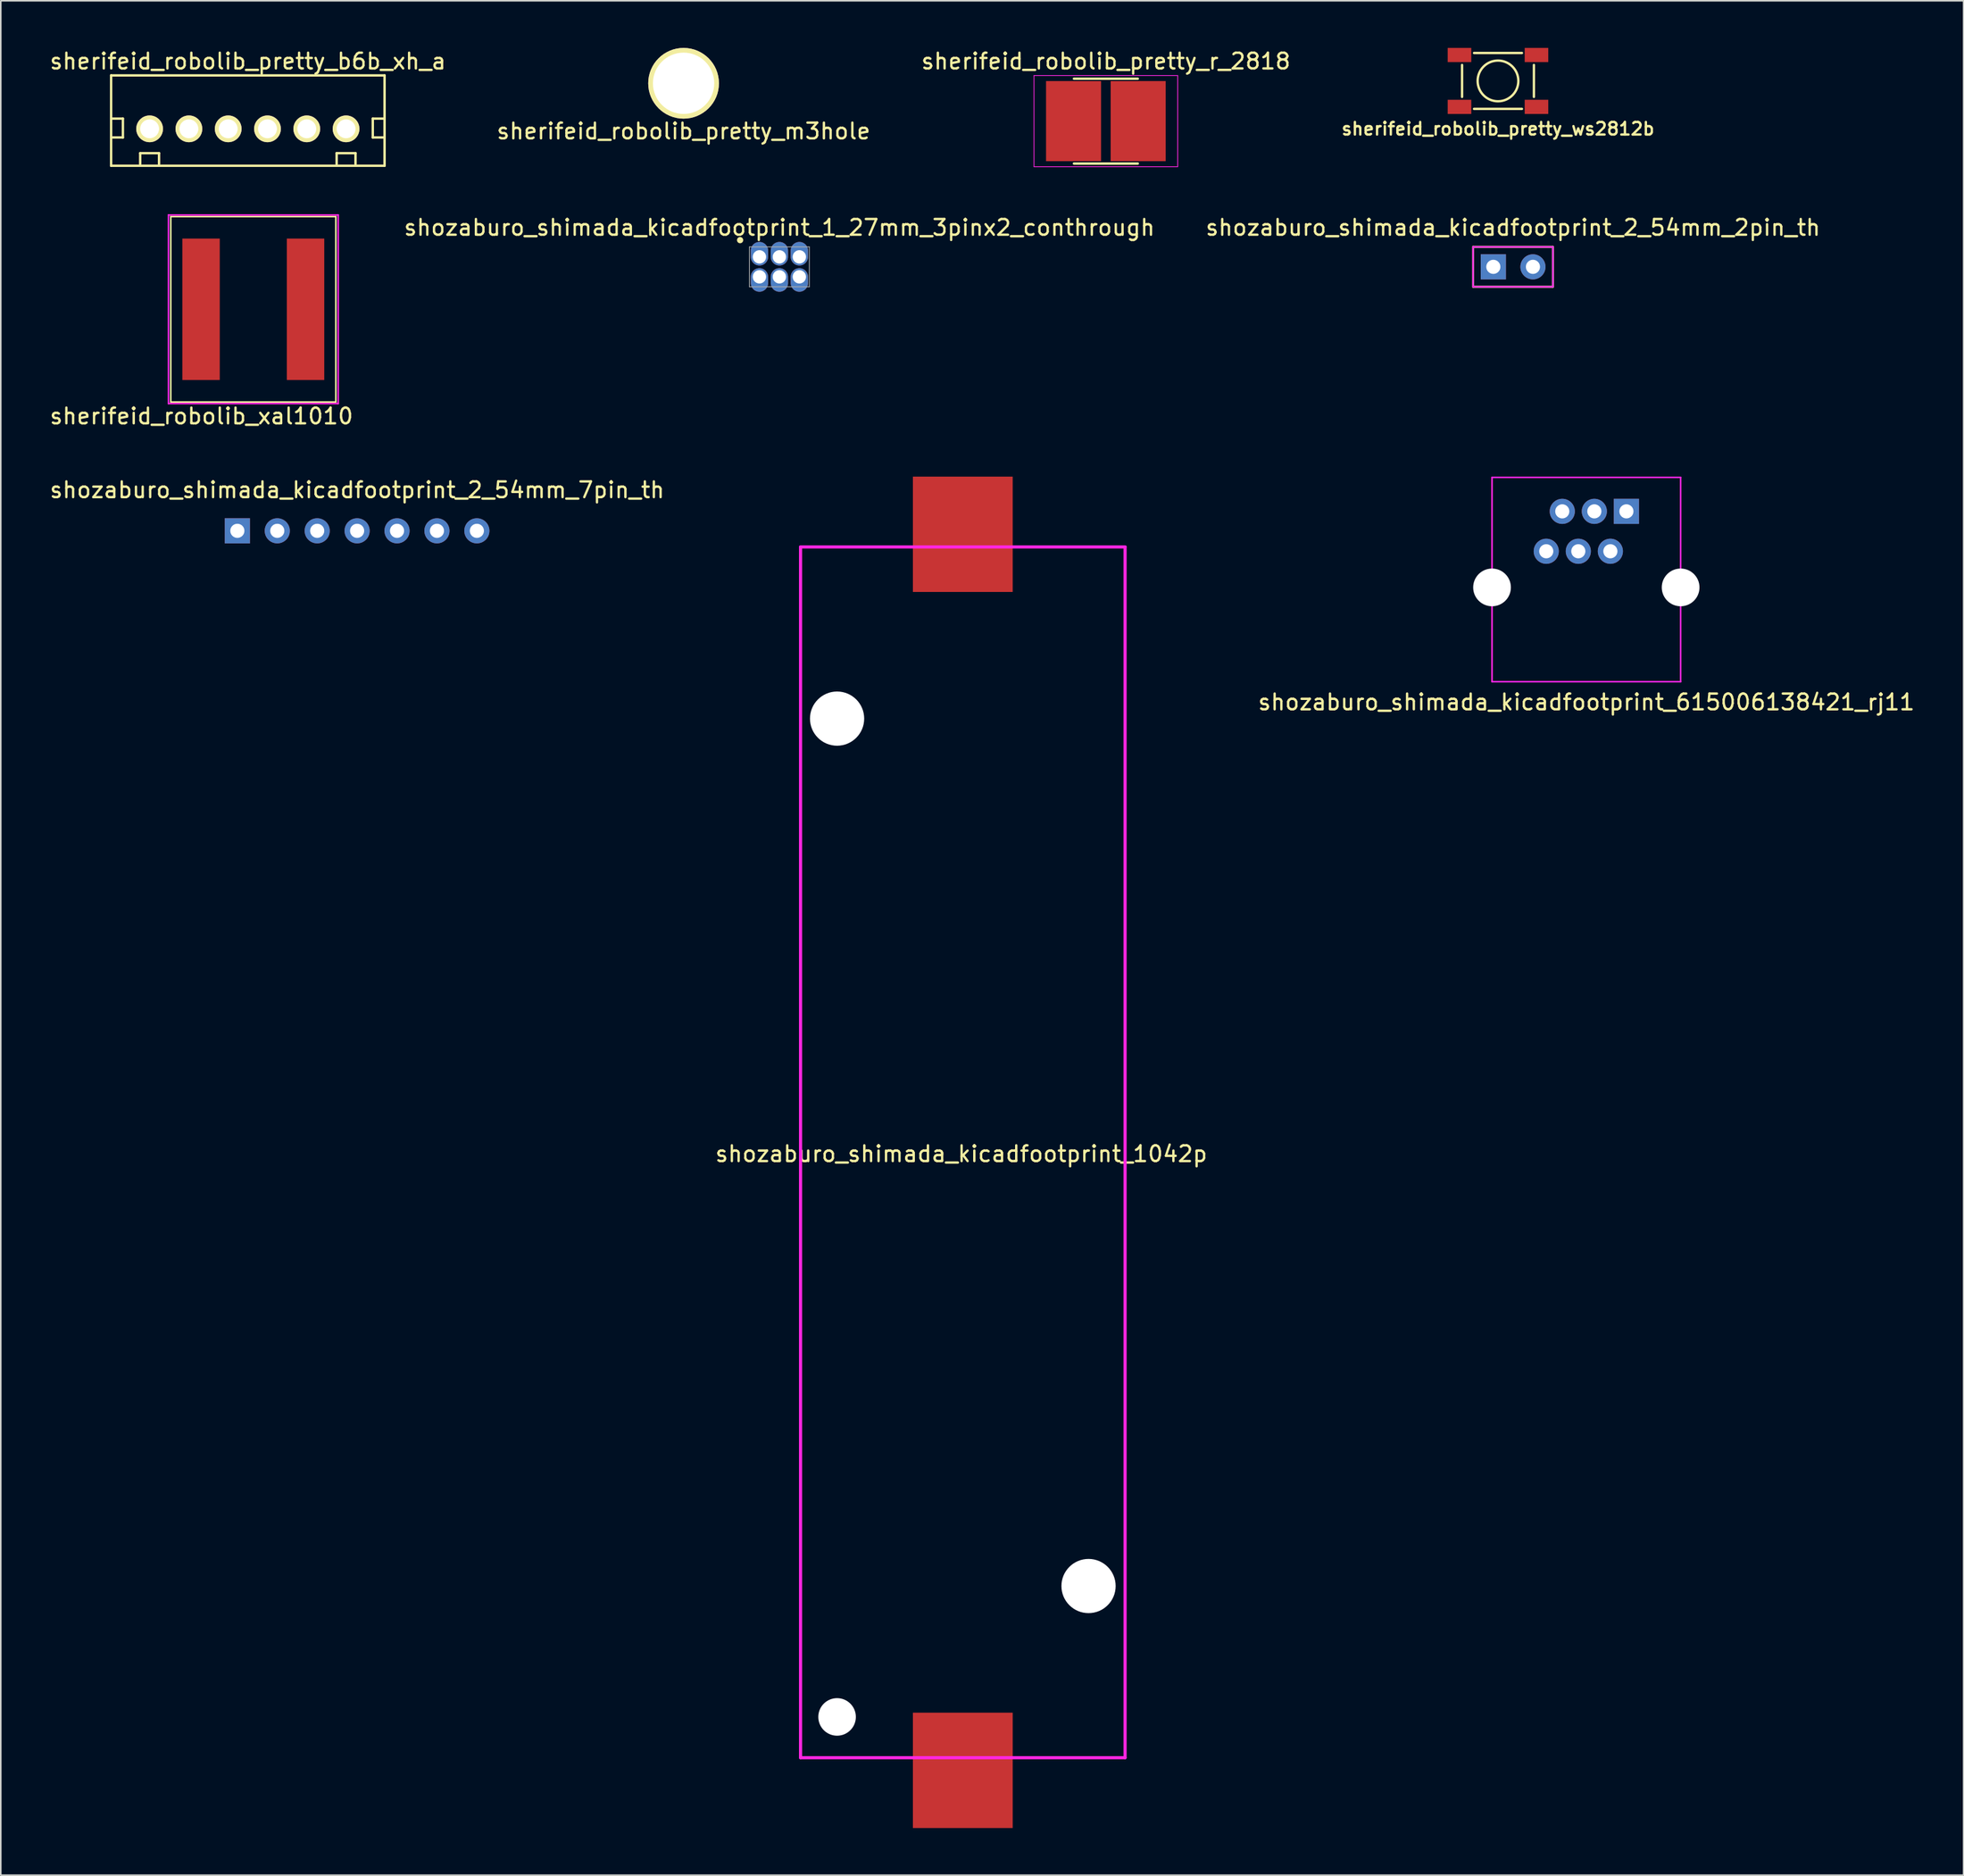
<source format=kicad_pcb>
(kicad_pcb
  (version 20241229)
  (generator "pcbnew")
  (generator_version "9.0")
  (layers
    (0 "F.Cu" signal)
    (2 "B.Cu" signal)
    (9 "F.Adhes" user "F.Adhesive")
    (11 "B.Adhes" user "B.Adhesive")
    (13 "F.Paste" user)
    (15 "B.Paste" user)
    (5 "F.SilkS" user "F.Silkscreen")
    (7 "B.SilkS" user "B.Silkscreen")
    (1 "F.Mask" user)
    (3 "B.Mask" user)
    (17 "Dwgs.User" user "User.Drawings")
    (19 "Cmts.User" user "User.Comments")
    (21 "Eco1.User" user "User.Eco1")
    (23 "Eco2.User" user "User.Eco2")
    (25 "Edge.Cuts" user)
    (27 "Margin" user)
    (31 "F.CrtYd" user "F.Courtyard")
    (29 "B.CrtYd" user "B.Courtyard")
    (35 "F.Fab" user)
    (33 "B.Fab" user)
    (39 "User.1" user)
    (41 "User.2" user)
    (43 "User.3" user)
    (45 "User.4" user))
  (footprint "sherifeid_robolib_xal1010"
    (layer "F.Cu")
    (at 13.068 16.633)
    (property "Reference" "sherifeid_robolib_xal1010" (at -3.3 6.8 0) (layer "F.SilkS") (effects (font (size 1 1) (thickness 0.15))))
    (attr through_hole)
    (fp_line (start -5.25 -5.9) (end -5.25 5.9) (stroke (width 0.1) (type solid)) (layer "F.SilkS"))
    (fp_line (start -5.25 -5.9) (end 5.25 -5.9) (stroke (width 0.1) (type solid)) (layer "F.SilkS"))
    (fp_line (start -5.25 5.9) (end 5.25 5.9) (stroke (width 0.1) (type solid)) (layer "F.SilkS"))
    (fp_line (start 5.25 -5.9) (end 5.25 5.9) (stroke (width 0.1) (type solid)) (layer "F.SilkS"))
    (fp_line (start -5.4 -6) (end 5.4 -6) (stroke (width 0.1) (type solid)) (layer "F.CrtYd"))
    (fp_line (start -5.4 6) (end -5.4 -6) (stroke (width 0.1) (type solid)) (layer "F.CrtYd"))
    (fp_line (start 5.4 -6) (end 5.4 6) (stroke (width 0.1) (type solid)) (layer "F.CrtYd"))
    (fp_line (start 5.4 6) (end -5.4 6) (stroke (width 0.1) (type solid)) (layer "F.CrtYd"))
    (pad "1" smd rect (at -3.325 0) (size 2.38 9) (layers "F.Cu" "F.Mask" "F.Paste"))
    (pad "2" smd rect (at 3.325 0) (size 2.38 9) (layers "F.Cu" "F.Mask" "F.Paste")))
  (footprint "shozaburo_shimada_kicadfootprint_615006138421_rj11"
    (layer "F.Cu")
    (at 97.887 34.331)
    (property "Reference" "shozaburo_shimada_kicadfootprint_615006138421_rj11" (at 0 7.3 0) (layer "F.SilkS") (effects (font (size 1 1) (thickness 0.15))))
    (attr through_hole)
    (fp_line (start -6 -7) (end 6 -7) (stroke (width 0.1) (type solid)) (layer "F.CrtYd"))
    (fp_line (start -6 6) (end -6 -7) (stroke (width 0.1) (type solid)) (layer "F.CrtYd"))
    (fp_line (start -6 6) (end 6 6) (stroke (width 0.1) (type solid)) (layer "F.CrtYd"))
    (fp_line (start 6 -7) (end 6 6) (stroke (width 0.1) (type solid)) (layer "F.CrtYd"))
    (pad "" np_thru_hole circle (at -6 0) (size 2.4 2.4) (drill 2.4) (layers "*.Cu" "*.Mask"))
    (pad "" np_thru_hole circle (at 6 0) (size 2.4 2.4) (drill 2.4) (layers "*.Cu" "*.Mask"))
    (pad "1" thru_hole rect (at 2.55 -4.84) (size 1.6 1.6) (drill 0.9) (layers "*.Cu" "*.Mask"))
    (pad "2" thru_hole circle (at 1.53 -2.3) (size 1.6 1.6) (drill 0.9) (layers "*.Cu" "*.Mask"))
    (pad "3" thru_hole circle (at 0.51 -4.84) (size 1.6 1.6) (drill 0.9) (layers "*.Cu" "*.Mask"))
    (pad "4" thru_hole circle (at -0.51 -2.3) (size 1.6 1.6) (drill 0.9) (layers "*.Cu" "*.Mask"))
    (pad "5" thru_hole circle (at -1.53 -4.84) (size 1.6 1.6) (drill 0.9) (layers "*.Cu" "*.Mask"))
    (pad "6" thru_hole circle (at -2.55 -2.3) (size 1.6 1.6) (drill 0.9) (layers "*.Cu" "*.Mask")))
  (footprint "sherifeid_robolib_pretty_b6b_xh_a"
    (layer "F.Cu")
    (at 12.72 5.148)
    (property "Reference" "sherifeid_robolib_pretty_b6b_xh_a" (at 0 -4.3 0) (layer "F.SilkS") (effects (font (size 1 1) (thickness 0.15))))
    (attr through_hole)
    (fp_line (start -8.7 -3.4) (end -8.7 2.35) (stroke (width 0.152) (type solid)) (layer "F.SilkS"))
    (fp_line (start -8.7 -3.4) (end 8.7 -3.4) (stroke (width 0.152) (type solid)) (layer "F.SilkS"))
    (fp_line (start -8.7 2.35) (end 8.7 2.35) (stroke (width 0.152) (type solid)) (layer "F.SilkS"))
    (fp_line (start -8.65 0.55) (end -7.95 0.55) (stroke (width 0.152) (type solid)) (layer "F.SilkS"))
    (fp_line (start -7.95 -0.65) (end -8.65 -0.65) (stroke (width 0.152) (type solid)) (layer "F.SilkS"))
    (fp_line (start -7.95 0.55) (end -7.95 -0.65) (stroke (width 0.152) (type solid)) (layer "F.SilkS"))
    (fp_line (start -6.85 1.55) (end -6.85 2.25) (stroke (width 0.152) (type solid)) (layer "F.SilkS"))
    (fp_line (start -5.65 1.55) (end -6.85 1.55) (stroke (width 0.152) (type solid)) (layer "F.SilkS"))
    (fp_line (start -5.65 2.25) (end -5.65 1.55) (stroke (width 0.152) (type solid)) (layer "F.SilkS"))
    (fp_line (start 5.65 1.55) (end 5.65 2.25) (stroke (width 0.152) (type solid)) (layer "F.SilkS"))
    (fp_line (start 6.85 1.55) (end 5.65 1.55) (stroke (width 0.152) (type solid)) (layer "F.SilkS"))
    (fp_line (start 6.85 2.25) (end 6.85 1.55) (stroke (width 0.152) (type solid)) (layer "F.SilkS"))
    (fp_line (start 7.95 -0.65) (end 8.65 -0.65) (stroke (width 0.152) (type solid)) (layer "F.SilkS"))
    (fp_line (start 7.95 0.55) (end 7.95 -0.65) (stroke (width 0.152) (type solid)) (layer "F.SilkS"))
    (fp_line (start 8.65 0.55) (end 7.95 0.55) (stroke (width 0.152) (type solid)) (layer "F.SilkS"))
    (fp_line (start 8.7 -3.4) (end 8.7 2.35) (stroke (width 0.152) (type solid)) (layer "F.SilkS"))
    (pad "1" thru_hole circle (at -6.25 0) (size 1.7 1.7) (drill 1.2) (layers "*.Cu" "*.Mask" "F.SilkS"))
    (pad "2" thru_hole circle (at -3.75 0) (size 1.7 1.7) (drill 1.2) (layers "*.Cu" "*.Mask" "F.SilkS"))
    (pad "3" thru_hole circle (at -1.25 0) (size 1.7 1.7) (drill 1.2) (layers "*.Cu" "*.Mask" "F.SilkS"))
    (pad "4" thru_hole circle (at 1.25 0) (size 1.7 1.7) (drill 1.2) (layers "*.Cu" "*.Mask" "F.SilkS"))
    (pad "5" thru_hole circle (at 3.75 0) (size 1.7 1.7) (drill 1.2) (layers "*.Cu" "*.Mask" "F.SilkS"))
    (pad "6" thru_hole circle (at 6.25 0) (size 1.7 1.7) (drill 1.2) (layers "*.Cu" "*.Mask" "F.SilkS")))
  (footprint "sherifeid_robolib_pretty_ws2812b"
    (layer "F.Cu")
    (at 92.266 2.1)
    (property "Reference" "sherifeid_robolib_pretty_ws2812b" (at 0 3.048 0) (layer "F.SilkS") (effects (font (size 0.8 0.8) (thickness 0.15))))
    (attr through_hole)
    (fp_line (start -2.286 -1.016) (end -2.286 1.016) (stroke (width 0.15) (type solid)) (layer "F.SilkS"))
    (fp_line (start -1.524 1.778) (end 1.524 1.778) (stroke (width 0.15) (type solid)) (layer "F.SilkS"))
    (fp_line (start 1.524 -1.778) (end -1.524 -1.778) (stroke (width 0.15) (type solid)) (layer "F.SilkS"))
    (fp_line (start 2.286 -1.016) (end 2.286 1.016) (stroke (width 0.15) (type solid)) (layer "F.SilkS"))
    (fp_circle (center 0 0) (end 1.27 -0.254) (stroke (width 0.15) (type solid)) (fill no) (layer "F.SilkS"))
    (pad "1" smd rect (at -2.45 -1.65) (size 1.5 0.9) (layers "F.Cu" "F.Mask" "F.Paste"))
    (pad "2" smd rect (at -2.45 1.65) (size 1.5 0.9) (layers "F.Cu" "F.Mask" "F.Paste"))
    (pad "3" smd rect (at 2.45 1.65) (size 1.5 0.9) (layers "F.Cu" "F.Mask" "F.Paste"))
    (pad "4" smd rect (at 2.45 -1.65) (size 1.5 0.9) (layers "F.Cu" "F.Mask" "F.Paste")))
  (footprint "sherifeid_robolib_pretty_m3hole"
    (layer "F.Cu")
    (at 40.446 2.25)
    (property "Reference" "sherifeid_robolib_pretty_m3hole" (at 0 3.048 0) (layer "F.SilkS") (effects (font (size 1 1) (thickness 0.15))))
    (attr through_hole)
    (pad "1" thru_hole circle (at 0 0) (size 4.5 4.5) (drill 3.9) (layers "*.Cu" "*.Mask" "F.SilkS")))
  (footprint "sherifeid_robolib_pretty_r_2818"
    (layer "F.Cu")
    (at 67.315 4.658)
    (property "Reference" "sherifeid_robolib_pretty_r_2818" (at 0 -3.81 0) (layer "F.SilkS") (effects (font (size 1 1) (thickness 0.15))))
    (attr smd)
    (fp_line (start -2.032 -2.7) (end 2.032 -2.7) (stroke (width 0.15) (type solid)) (layer "F.SilkS"))
    (fp_line (start -2.032 2.7) (end 2.032 2.7) (stroke (width 0.15) (type solid)) (layer "F.SilkS"))
    (fp_line (start -4.572 -2.9) (end 4.572 -2.9) (stroke (width 0.05) (type solid)) (layer "F.CrtYd"))
    (fp_line (start -4.572 2.9) (end -4.572 -2.9) (stroke (width 0.05) (type solid)) (layer "F.CrtYd"))
    (fp_line (start 4.572 -2.9) (end 4.572 2.9) (stroke (width 0.05) (type solid)) (layer "F.CrtYd"))
    (fp_line (start 4.572 2.9) (end -4.572 2.9) (stroke (width 0.05) (type solid)) (layer "F.CrtYd"))
    (pad "1" smd rect (at -2.055 0) (size 3.5 5.1) (layers "F.Cu" "F.Mask" "F.Paste"))
    (pad "2" smd rect (at 2.055 0) (size 3.5 5.1) (layers "F.Cu" "F.Mask" "F.Paste")))
  (footprint "shozaburo_shimada_kicadfootprint_1042p"
    (layer "F.Cu")
    (at 58.213 70.281)
    (property "Reference" "shozaburo_shimada_kicadfootprint_1042p" (at -0.1 0.1 0) (layer "F.SilkS") (effects (font (size 1 1) (thickness 0.15))))
    (attr smd)
    (fp_line (start -10.325 -38.525) (end 10.325 -38.525) (stroke (width 0.2) (type solid)) (layer "F.CrtYd"))
    (fp_line (start -10.325 38.525) (end -10.325 -38.525) (stroke (width 0.2) (type solid)) (layer "F.CrtYd"))
    (fp_line (start 10.325 -38.525) (end 10.325 38.525) (stroke (width 0.2) (type solid)) (layer "F.CrtYd"))
    (fp_line (start 10.325 38.525) (end -10.325 38.525) (stroke (width 0.2) (type solid)) (layer "F.CrtYd"))
    (pad "" np_thru_hole circle (at -8 -27.6) (size 3.45 3.45) (drill 3.45) (layers "*.Cu" "*.Mask"))
    (pad "" np_thru_hole circle (at -8 35.93) (size 2.39 2.39) (drill 2.39) (layers "*.Cu" "*.Mask"))
    (pad "" np_thru_hole circle (at 8 27.6) (size 3.45 3.45) (drill 3.45) (layers "*.Cu" "*.Mask"))
    (pad "1" smd rect (at 0 39.33) (size 6.35 7.34) (layers "F.Cu" "F.Mask" "F.Paste"))
    (pad "2" smd rect (at 0 -39.33) (size 6.35 7.34) (layers "F.Cu" "F.Mask" "F.Paste")))
  (footprint "shozaburo_shimada_kicadfootprint_1_27mm_3pinx2_conthrough"
    (layer "F.Cu")
    (at 46.542 13.931)
    (property "Reference" "shozaburo_shimada_kicadfootprint_1_27mm_3pinx2_conthrough" (at 0 -2.5 0) (layer "F.SilkS") (effects (font (size 1 1) (thickness 0.15))))
    (attr through_hole)
    (fp_circle (center -2.5 -1.7) (end -2.5 -1.8) (stroke (width 0.2) (type solid)) (fill no) (layer "F.SilkS"))
    (fp_line (start -1.905 -1.27) (end 1.905 -1.27) (stroke (width 0.05) (type solid)) (layer "F.Fab"))
    (fp_line (start -1.905 1.27) (end -1.905 -1.27) (stroke (width 0.05) (type solid)) (layer "F.Fab"))
    (fp_line (start 1.905 -1.27) (end 1.905 1.27) (stroke (width 0.05) (type solid)) (layer "F.Fab"))
    (fp_line (start 1.905 1.27) (end -1.905 1.27) (stroke (width 0.05) (type solid)) (layer "F.Fab"))
    (pad "1" thru_hole oval (at -1.27 -0.635) (size 1.1 1.5) (drill 0.85 (offset 0 -0.2)) (layers "*.Cu" "*.Mask"))
    (pad "2" thru_hole oval (at -1.27 0.635) (size 1.1 1.5) (drill 0.85 (offset 0 0.2)) (layers "*.Cu" "*.Mask"))
    (pad "3" thru_hole oval (at 0 -0.635) (size 1.1 1.5) (drill 0.85 (offset 0 -0.2)) (layers "*.Cu" "*.Mask"))
    (pad "4" thru_hole oval (at 0 0.635) (size 1.1 1.5) (drill 0.85 (offset 0 0.2)) (layers "*.Cu" "*.Mask"))
    (pad "5" thru_hole oval (at 1.27 -0.635) (size 1.1 1.5) (drill 0.85 (offset 0 -0.2)) (layers "*.Cu" "*.Mask"))
    (pad "6" thru_hole oval (at 1.27 0.635) (size 1.1 1.5) (drill 0.85 (offset 0 0.2)) (layers "*.Cu" "*.Mask")))
  (footprint "shozaburo_shimada_kicadfootprint_2_54mm_7pin_th"
    (layer "F.Cu")
    (at 19.673 30.73)
    (property "Reference" "shozaburo_shimada_kicadfootprint_2_54mm_7pin_th" (at 0 -2.6 0) (layer "F.SilkS") (effects (font (size 1 1) (thickness 0.15))))
    (attr through_hole)
    (pad "1" thru_hole rect (at -7.62 0) (size 1.6 1.6) (drill 0.9) (layers "*.Cu" "*.Mask"))
    (pad "2" thru_hole circle (at -5.08 0) (size 1.6 1.6) (drill 0.9) (layers "*.Cu" "*.Mask"))
    (pad "3" thru_hole circle (at -2.54 0) (size 1.6 1.6) (drill 0.9) (layers "*.Cu" "*.Mask"))
    (pad "4" thru_hole circle (at 0 0) (size 1.6 1.6) (drill 0.9) (layers "*.Cu" "*.Mask"))
    (pad "5" thru_hole circle (at 2.54 0) (size 1.6 1.6) (drill 0.9) (layers "*.Cu" "*.Mask"))
    (pad "6" thru_hole circle (at 5.08 0) (size 1.6 1.6) (drill 0.9) (layers "*.Cu" "*.Mask"))
    (pad "7" thru_hole circle (at 7.62 0) (size 1.6 1.6) (drill 0.9) (layers "*.Cu" "*.Mask")))
  (footprint "shozaburo_shimada_kicadfootprint_2_54mm_2pin_th"
    (layer "F.Cu")
    (at 93.22 13.931)
    (property "Reference" "shozaburo_shimada_kicadfootprint_2_54mm_2pin_th" (at 0 -2.5 0) (layer "F.SilkS") (effects (font (size 1 1) (thickness 0.15))))
    (attr through_hole)
    (fp_line (start -2.54 -1.27) (end 2.54 -1.27) (stroke (width 0.127) (type solid)) (layer "F.SilkS"))
    (fp_line (start -2.54 1.27) (end -2.54 -1.27) (stroke (width 0.127) (type solid)) (layer "F.SilkS"))
    (fp_line (start 2.54 -1.27) (end 2.54 1.27) (stroke (width 0.127) (type solid)) (layer "F.SilkS"))
    (fp_line (start 2.54 1.27) (end -2.54 1.27) (stroke (width 0.127) (type solid)) (layer "F.SilkS"))
    (fp_line (start -2.54 -1.27) (end 2.54 -1.27) (stroke (width 0.1) (type solid)) (layer "F.CrtYd"))
    (fp_line (start -2.54 1.27) (end -2.54 -1.27) (stroke (width 0.1) (type solid)) (layer "F.CrtYd"))
    (fp_line (start 2.54 -1.27) (end 2.54 1.27) (stroke (width 0.1) (type solid)) (layer "F.CrtYd"))
    (fp_line (start 2.54 1.27) (end -2.54 1.27) (stroke (width 0.1) (type solid)) (layer "F.CrtYd"))
    (fp_line (start -2.54 -1.27) (end 2.54 -1.27) (stroke (width 0.1) (type solid)) (layer "F.Fab"))
    (fp_line (start -2.54 1.27) (end -2.54 -1.27) (stroke (width 0.1) (type solid)) (layer "F.Fab"))
    (fp_line (start 2.54 -1.27) (end 2.54 1.27) (stroke (width 0.1) (type solid)) (layer "F.Fab"))
    (fp_line (start 2.54 1.27) (end -2.54 1.27) (stroke (width 0.1) (type solid)) (layer "F.Fab"))
    (pad "1" thru_hole rect (at -1.25 0) (size 1.6 1.6) (drill 0.9) (layers "*.Cu" "*.Mask"))
    (pad "2" thru_hole circle (at 1.27 0) (size 1.6 1.6) (drill 0.9) (layers "*.Cu" "*.Mask")))
  (gr_rect
    (start -3 -3)
    (end 121.893 116.281)
    (stroke (width 0.1) (type default))
    (fill no)
    (layer "Edge.Cuts")))
</source>
